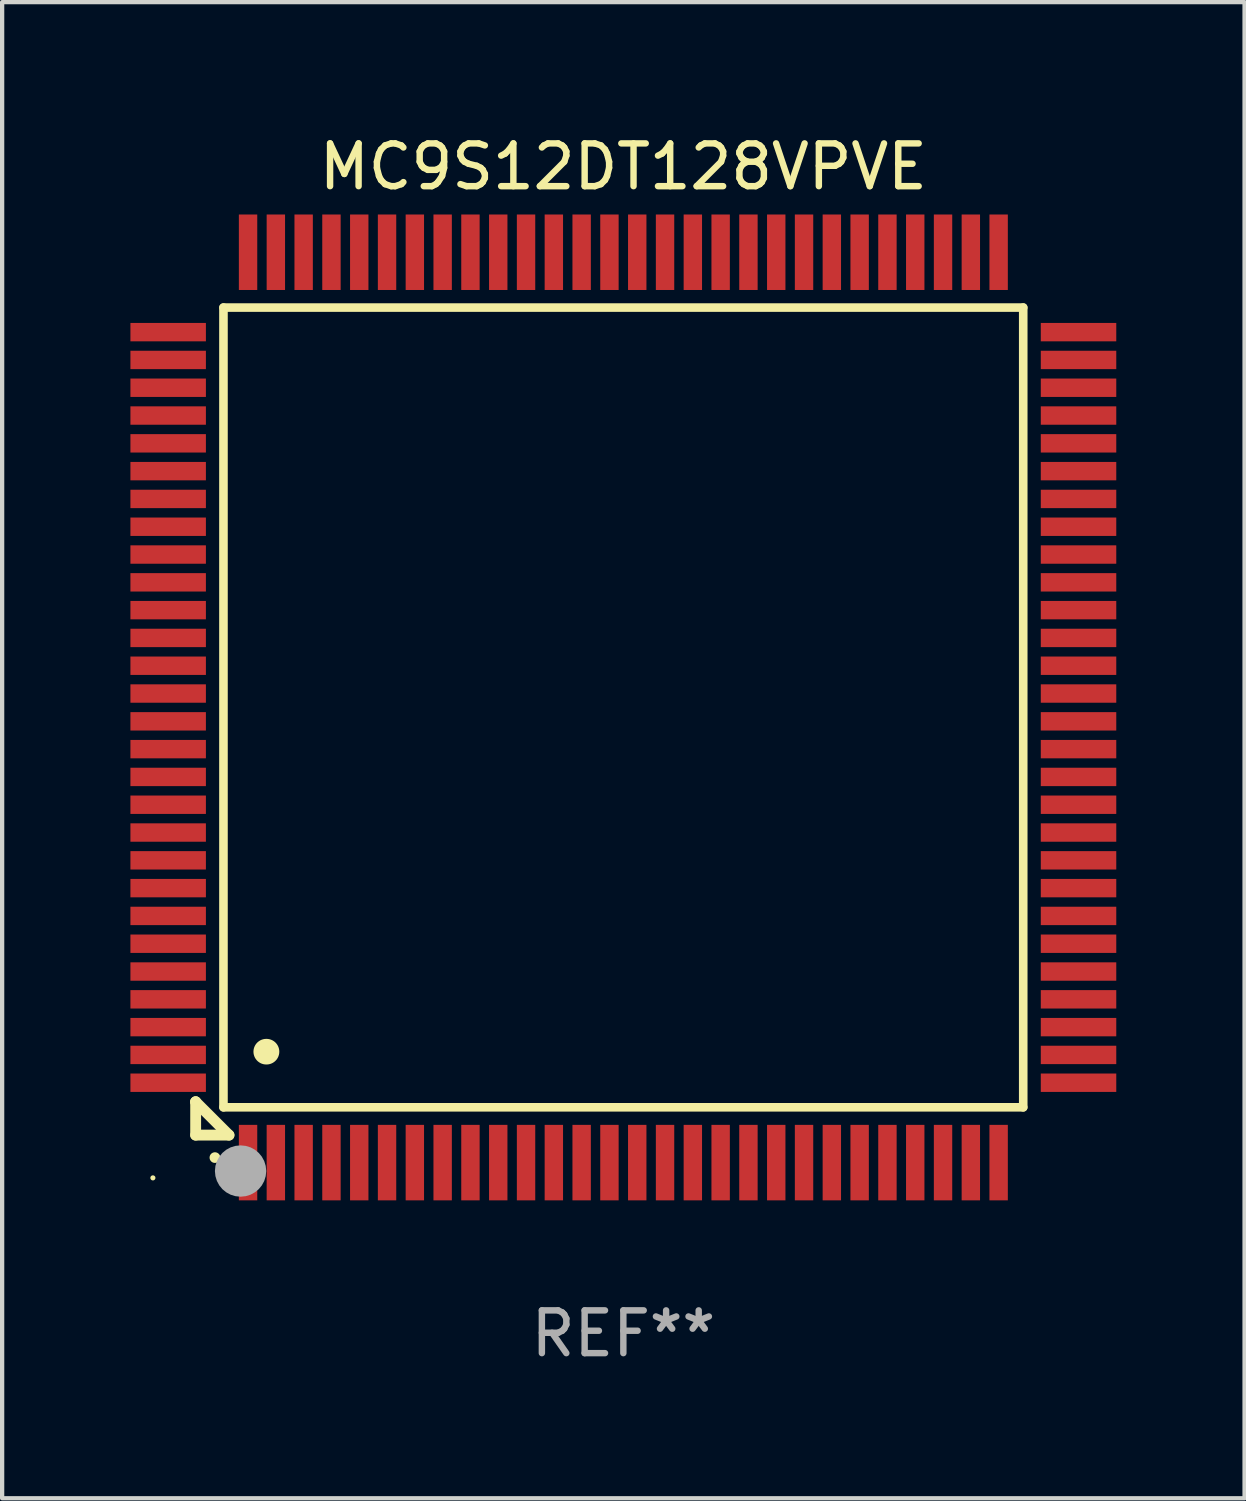
<source format=kicad_pcb>
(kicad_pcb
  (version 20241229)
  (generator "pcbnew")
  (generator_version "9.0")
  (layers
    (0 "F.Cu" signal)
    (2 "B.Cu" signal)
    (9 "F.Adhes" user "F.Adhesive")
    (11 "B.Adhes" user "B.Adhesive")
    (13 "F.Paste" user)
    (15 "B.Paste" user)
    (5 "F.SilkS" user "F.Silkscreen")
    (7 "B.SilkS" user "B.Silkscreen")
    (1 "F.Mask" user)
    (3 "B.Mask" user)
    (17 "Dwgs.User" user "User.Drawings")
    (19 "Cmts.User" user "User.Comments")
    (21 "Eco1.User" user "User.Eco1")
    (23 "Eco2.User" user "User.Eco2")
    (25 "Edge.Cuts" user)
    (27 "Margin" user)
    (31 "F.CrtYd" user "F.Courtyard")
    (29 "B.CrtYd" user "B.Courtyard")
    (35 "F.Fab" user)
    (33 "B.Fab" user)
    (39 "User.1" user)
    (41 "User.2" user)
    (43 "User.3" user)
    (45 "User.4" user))
  (footprint "MC9S12DT128VPVE"
    (layer "F.Cu")
    (at 11.525 13.491)
    (property "Reference" "MC9S12DT128VPVE" (at 0 -12.643 0) (layer "F.SilkS") (effects (font (size 1 1) (thickness 0.15))))
    (attr through_hole)
    (fp_line (start -10 9.221) (end -10 9.221) (stroke (width 0.254) (type solid)) (layer "F.SilkS"))
    (fp_line (start -10 9.221) (end -10 10) (stroke (width 0.254) (type solid)) (layer "F.SilkS"))
    (fp_line (start -10 9.221) (end -9.221 10) (stroke (width 0.254) (type solid)) (layer "F.SilkS"))
    (fp_line (start -10 10) (end -9.221 10) (stroke (width 0.254) (type solid)) (layer "F.SilkS"))
    (fp_line (start -9.35 -9.35) (end -9.35 9.35) (stroke (width 0.201) (type solid)) (layer "F.SilkS"))
    (fp_line (start -9.35 9.35) (end 9.35 9.35) (stroke (width 0.201) (type solid)) (layer "F.SilkS"))
    (fp_line (start 9.35 -9.35) (end -9.35 -9.35) (stroke (width 0.201) (type solid)) (layer "F.SilkS"))
    (fp_line (start 9.35 9.35) (end 9.35 -9.35) (stroke (width 0.201) (type solid)) (layer "F.SilkS"))
    (fp_arc (start -9.550546 10.525832) (mid -9.549276 10.525826) (end -9.548006 10.525832) (stroke (width 0.24892) (type solid)) (layer "F.SilkS"))
    (fp_arc (start -8.349124 8.049327) (mid -8.346584 8.049316) (end -8.344044 8.049327) (stroke (width 0.599441) (type solid)) (layer "F.SilkS"))
    (fp_circle (center -11 11) (end -10.97 11) (stroke (width 0.06) (type solid)) (fill no) (layer "F.SilkS"))
    (fp_circle (center -8.95 10.84) (end -8.65 10.84) (stroke (width 0.6) (type solid)) (fill no) (layer "F.Fab"))
    (fp_text user "REF**" (at 0 14.643 0) (layer "F.Fab") (effects (font (size 1 1) (thickness 0.15))))
    (pad "1" smd rect (at -8.775 10.643) (size 0.43 1.765) (layers "F.Cu" "F.Mask" "F.Paste"))
    (pad "2" smd rect (at -8.125 10.643) (size 0.43 1.765) (layers "F.Cu" "F.Mask" "F.Paste"))
    (pad "3" smd rect (at -7.475 10.643) (size 0.43 1.765) (layers "F.Cu" "F.Mask" "F.Paste"))
    (pad "4" smd rect (at -6.825 10.643) (size 0.43 1.765) (layers "F.Cu" "F.Mask" "F.Paste"))
    (pad "5" smd rect (at -6.175 10.643) (size 0.43 1.765) (layers "F.Cu" "F.Mask" "F.Paste"))
    (pad "6" smd rect (at -5.525 10.643) (size 0.43 1.765) (layers "F.Cu" "F.Mask" "F.Paste"))
    (pad "7" smd rect (at -4.875 10.643) (size 0.43 1.765) (layers "F.Cu" "F.Mask" "F.Paste"))
    (pad "8" smd rect (at -4.225 10.643) (size 0.43 1.765) (layers "F.Cu" "F.Mask" "F.Paste"))
    (pad "9" smd rect (at -3.575 10.643) (size 0.43 1.765) (layers "F.Cu" "F.Mask" "F.Paste"))
    (pad "10" smd rect (at -2.925 10.643) (size 0.43 1.765) (layers "F.Cu" "F.Mask" "F.Paste"))
    (pad "11" smd rect (at -2.275 10.643) (size 0.43 1.765) (layers "F.Cu" "F.Mask" "F.Paste"))
    (pad "12" smd rect (at -1.625 10.643) (size 0.43 1.765) (layers "F.Cu" "F.Mask" "F.Paste"))
    (pad "13" smd rect (at -0.975 10.643) (size 0.43 1.765) (layers "F.Cu" "F.Mask" "F.Paste"))
    (pad "14" smd rect (at -0.325 10.643) (size 0.43 1.765) (layers "F.Cu" "F.Mask" "F.Paste"))
    (pad "15" smd rect (at 0.325 10.643) (size 0.43 1.765) (layers "F.Cu" "F.Mask" "F.Paste"))
    (pad "16" smd rect (at 0.975 10.643) (size 0.43 1.765) (layers "F.Cu" "F.Mask" "F.Paste"))
    (pad "17" smd rect (at 1.625 10.643) (size 0.43 1.765) (layers "F.Cu" "F.Mask" "F.Paste"))
    (pad "18" smd rect (at 2.275 10.643) (size 0.43 1.765) (layers "F.Cu" "F.Mask" "F.Paste"))
    (pad "19" smd rect (at 2.925 10.643) (size 0.43 1.765) (layers "F.Cu" "F.Mask" "F.Paste"))
    (pad "20" smd rect (at 3.575 10.643) (size 0.43 1.765) (layers "F.Cu" "F.Mask" "F.Paste"))
    (pad "21" smd rect (at 4.225 10.643) (size 0.43 1.765) (layers "F.Cu" "F.Mask" "F.Paste"))
    (pad "22" smd rect (at 4.875 10.643) (size 0.43 1.765) (layers "F.Cu" "F.Mask" "F.Paste"))
    (pad "23" smd rect (at 5.525 10.643) (size 0.43 1.765) (layers "F.Cu" "F.Mask" "F.Paste"))
    (pad "24" smd rect (at 6.175 10.643) (size 0.43 1.765) (layers "F.Cu" "F.Mask" "F.Paste"))
    (pad "25" smd rect (at 6.825 10.643) (size 0.43 1.765) (layers "F.Cu" "F.Mask" "F.Paste"))
    (pad "26" smd rect (at 7.475 10.643) (size 0.43 1.765) (layers "F.Cu" "F.Mask" "F.Paste"))
    (pad "27" smd rect (at 8.125 10.643) (size 0.43 1.765) (layers "F.Cu" "F.Mask" "F.Paste"))
    (pad "28" smd rect (at 8.775 10.643) (size 0.43 1.765) (layers "F.Cu" "F.Mask" "F.Paste"))
    (pad "29" smd rect (at 10.643 8.775) (size 1.765 0.43) (layers "F.Cu" "F.Mask" "F.Paste"))
    (pad "30" smd rect (at 10.643 8.125) (size 1.765 0.43) (layers "F.Cu" "F.Mask" "F.Paste"))
    (pad "31" smd rect (at 10.643 7.475) (size 1.765 0.43) (layers "F.Cu" "F.Mask" "F.Paste"))
    (pad "32" smd rect (at 10.643 6.825) (size 1.765 0.43) (layers "F.Cu" "F.Mask" "F.Paste"))
    (pad "33" smd rect (at 10.643 6.175) (size 1.765 0.43) (layers "F.Cu" "F.Mask" "F.Paste"))
    (pad "34" smd rect (at 10.643 5.525) (size 1.765 0.43) (layers "F.Cu" "F.Mask" "F.Paste"))
    (pad "35" smd rect (at 10.643 4.875) (size 1.765 0.43) (layers "F.Cu" "F.Mask" "F.Paste"))
    (pad "36" smd rect (at 10.643 4.225) (size 1.765 0.43) (layers "F.Cu" "F.Mask" "F.Paste"))
    (pad "37" smd rect (at 10.643 3.575) (size 1.765 0.43) (layers "F.Cu" "F.Mask" "F.Paste"))
    (pad "38" smd rect (at 10.643 2.925) (size 1.765 0.43) (layers "F.Cu" "F.Mask" "F.Paste"))
    (pad "39" smd rect (at 10.643 2.275) (size 1.765 0.43) (layers "F.Cu" "F.Mask" "F.Paste"))
    (pad "40" smd rect (at 10.643 1.625) (size 1.765 0.43) (layers "F.Cu" "F.Mask" "F.Paste"))
    (pad "41" smd rect (at 10.643 0.975) (size 1.765 0.43) (layers "F.Cu" "F.Mask" "F.Paste"))
    (pad "42" smd rect (at 10.643 0.325) (size 1.765 0.43) (layers "F.Cu" "F.Mask" "F.Paste"))
    (pad "43" smd rect (at 10.643 -0.325) (size 1.765 0.43) (layers "F.Cu" "F.Mask" "F.Paste"))
    (pad "44" smd rect (at 10.643 -0.975) (size 1.765 0.43) (layers "F.Cu" "F.Mask" "F.Paste"))
    (pad "45" smd rect (at 10.643 -1.625) (size 1.765 0.43) (layers "F.Cu" "F.Mask" "F.Paste"))
    (pad "46" smd rect (at 10.643 -2.275) (size 1.765 0.43) (layers "F.Cu" "F.Mask" "F.Paste"))
    (pad "47" smd rect (at 10.643 -2.925) (size 1.765 0.43) (layers "F.Cu" "F.Mask" "F.Paste"))
    (pad "48" smd rect (at 10.643 -3.575) (size 1.765 0.43) (layers "F.Cu" "F.Mask" "F.Paste"))
    (pad "49" smd rect (at 10.643 -4.225) (size 1.765 0.43) (layers "F.Cu" "F.Mask" "F.Paste"))
    (pad "50" smd rect (at 10.643 -4.875) (size 1.765 0.43) (layers "F.Cu" "F.Mask" "F.Paste"))
    (pad "51" smd rect (at 10.643 -5.525) (size 1.765 0.43) (layers "F.Cu" "F.Mask" "F.Paste"))
    (pad "52" smd rect (at 10.643 -6.175) (size 1.765 0.43) (layers "F.Cu" "F.Mask" "F.Paste"))
    (pad "53" smd rect (at 10.643 -6.825) (size 1.765 0.43) (layers "F.Cu" "F.Mask" "F.Paste"))
    (pad "54" smd rect (at 10.643 -7.475) (size 1.765 0.43) (layers "F.Cu" "F.Mask" "F.Paste"))
    (pad "55" smd rect (at 10.643 -8.125) (size 1.765 0.43) (layers "F.Cu" "F.Mask" "F.Paste"))
    (pad "56" smd rect (at 10.643 -8.775) (size 1.765 0.43) (layers "F.Cu" "F.Mask" "F.Paste"))
    (pad "57" smd rect (at 8.775 -10.643) (size 0.43 1.765) (layers "F.Cu" "F.Mask" "F.Paste"))
    (pad "58" smd rect (at 8.125 -10.643) (size 0.43 1.765) (layers "F.Cu" "F.Mask" "F.Paste"))
    (pad "59" smd rect (at 7.475 -10.643) (size 0.43 1.765) (layers "F.Cu" "F.Mask" "F.Paste"))
    (pad "60" smd rect (at 6.825 -10.643) (size 0.43 1.765) (layers "F.Cu" "F.Mask" "F.Paste"))
    (pad "61" smd rect (at 6.175 -10.643) (size 0.43 1.765) (layers "F.Cu" "F.Mask" "F.Paste"))
    (pad "62" smd rect (at 5.525 -10.643) (size 0.43 1.765) (layers "F.Cu" "F.Mask" "F.Paste"))
    (pad "63" smd rect (at 4.875 -10.643) (size 0.43 1.765) (layers "F.Cu" "F.Mask" "F.Paste"))
    (pad "64" smd rect (at 4.225 -10.643) (size 0.43 1.765) (layers "F.Cu" "F.Mask" "F.Paste"))
    (pad "65" smd rect (at 3.575 -10.643) (size 0.43 1.765) (layers "F.Cu" "F.Mask" "F.Paste"))
    (pad "66" smd rect (at 2.925 -10.643) (size 0.43 1.765) (layers "F.Cu" "F.Mask" "F.Paste"))
    (pad "67" smd rect (at 2.275 -10.643) (size 0.43 1.765) (layers "F.Cu" "F.Mask" "F.Paste"))
    (pad "68" smd rect (at 1.625 -10.643) (size 0.43 1.765) (layers "F.Cu" "F.Mask" "F.Paste"))
    (pad "69" smd rect (at 0.975 -10.643) (size 0.43 1.765) (layers "F.Cu" "F.Mask" "F.Paste"))
    (pad "70" smd rect (at 0.325 -10.643) (size 0.43 1.765) (layers "F.Cu" "F.Mask" "F.Paste"))
    (pad "71" smd rect (at -0.325 -10.643) (size 0.43 1.765) (layers "F.Cu" "F.Mask" "F.Paste"))
    (pad "72" smd rect (at -0.975 -10.643) (size 0.43 1.765) (layers "F.Cu" "F.Mask" "F.Paste"))
    (pad "73" smd rect (at -1.625 -10.643) (size 0.43 1.765) (layers "F.Cu" "F.Mask" "F.Paste"))
    (pad "74" smd rect (at -2.275 -10.643) (size 0.43 1.765) (layers "F.Cu" "F.Mask" "F.Paste"))
    (pad "75" smd rect (at -2.925 -10.643) (size 0.43 1.765) (layers "F.Cu" "F.Mask" "F.Paste"))
    (pad "76" smd rect (at -3.575 -10.643) (size 0.43 1.765) (layers "F.Cu" "F.Mask" "F.Paste"))
    (pad "77" smd rect (at -4.225 -10.643) (size 0.43 1.765) (layers "F.Cu" "F.Mask" "F.Paste"))
    (pad "78" smd rect (at -4.875 -10.643) (size 0.43 1.765) (layers "F.Cu" "F.Mask" "F.Paste"))
    (pad "79" smd rect (at -5.525 -10.643) (size 0.43 1.765) (layers "F.Cu" "F.Mask" "F.Paste"))
    (pad "80" smd rect (at -6.175 -10.643) (size 0.43 1.765) (layers "F.Cu" "F.Mask" "F.Paste"))
    (pad "81" smd rect (at -6.825 -10.643) (size 0.43 1.765) (layers "F.Cu" "F.Mask" "F.Paste"))
    (pad "82" smd rect (at -7.475 -10.643) (size 0.43 1.765) (layers "F.Cu" "F.Mask" "F.Paste"))
    (pad "83" smd rect (at -8.125 -10.643) (size 0.43 1.765) (layers "F.Cu" "F.Mask" "F.Paste"))
    (pad "84" smd rect (at -8.775 -10.643) (size 0.43 1.765) (layers "F.Cu" "F.Mask" "F.Paste"))
    (pad "85" smd rect (at -10.643 -8.775) (size 1.765 0.43) (layers "F.Cu" "F.Mask" "F.Paste"))
    (pad "86" smd rect (at -10.643 -8.125) (size 1.765 0.43) (layers "F.Cu" "F.Mask" "F.Paste"))
    (pad "87" smd rect (at -10.643 -7.475) (size 1.765 0.43) (layers "F.Cu" "F.Mask" "F.Paste"))
    (pad "88" smd rect (at -10.643 -6.825) (size 1.765 0.43) (layers "F.Cu" "F.Mask" "F.Paste"))
    (pad "89" smd rect (at -10.643 -6.175) (size 1.765 0.43) (layers "F.Cu" "F.Mask" "F.Paste"))
    (pad "90" smd rect (at -10.643 -5.525) (size 1.765 0.43) (layers "F.Cu" "F.Mask" "F.Paste"))
    (pad "91" smd rect (at -10.643 -4.875) (size 1.765 0.43) (layers "F.Cu" "F.Mask" "F.Paste"))
    (pad "92" smd rect (at -10.643 -4.225) (size 1.765 0.43) (layers "F.Cu" "F.Mask" "F.Paste"))
    (pad "93" smd rect (at -10.643 -3.575) (size 1.765 0.43) (layers "F.Cu" "F.Mask" "F.Paste"))
    (pad "94" smd rect (at -10.643 -2.925) (size 1.765 0.43) (layers "F.Cu" "F.Mask" "F.Paste"))
    (pad "95" smd rect (at -10.643 -2.275) (size 1.765 0.43) (layers "F.Cu" "F.Mask" "F.Paste"))
    (pad "96" smd rect (at -10.643 -1.625) (size 1.765 0.43) (layers "F.Cu" "F.Mask" "F.Paste"))
    (pad "97" smd rect (at -10.643 -0.975) (size 1.765 0.43) (layers "F.Cu" "F.Mask" "F.Paste"))
    (pad "98" smd rect (at -10.643 -0.325) (size 1.765 0.43) (layers "F.Cu" "F.Mask" "F.Paste"))
    (pad "99" smd rect (at -10.643 0.325) (size 1.765 0.43) (layers "F.Cu" "F.Mask" "F.Paste"))
    (pad "100" smd rect (at -10.643 0.975) (size 1.765 0.43) (layers "F.Cu" "F.Mask" "F.Paste"))
    (pad "101" smd rect (at -10.643 1.625) (size 1.765 0.43) (layers "F.Cu" "F.Mask" "F.Paste"))
    (pad "102" smd rect (at -10.643 2.275) (size 1.765 0.43) (layers "F.Cu" "F.Mask" "F.Paste"))
    (pad "103" smd rect (at -10.643 2.925) (size 1.765 0.43) (layers "F.Cu" "F.Mask" "F.Paste"))
    (pad "104" smd rect (at -10.643 3.575) (size 1.765 0.43) (layers "F.Cu" "F.Mask" "F.Paste"))
    (pad "105" smd rect (at -10.643 4.225) (size 1.765 0.43) (layers "F.Cu" "F.Mask" "F.Paste"))
    (pad "106" smd rect (at -10.643 4.875) (size 1.765 0.43) (layers "F.Cu" "F.Mask" "F.Paste"))
    (pad "107" smd rect (at -10.643 5.525) (size 1.765 0.43) (layers "F.Cu" "F.Mask" "F.Paste"))
    (pad "108" smd rect (at -10.643 6.175) (size 1.765 0.43) (layers "F.Cu" "F.Mask" "F.Paste"))
    (pad "109" smd rect (at -10.643 6.825) (size 1.765 0.43) (layers "F.Cu" "F.Mask" "F.Paste"))
    (pad "110" smd rect (at -10.643 7.475) (size 1.765 0.43) (layers "F.Cu" "F.Mask" "F.Paste"))
    (pad "111" smd rect (at -10.643 8.125) (size 1.765 0.43) (layers "F.Cu" "F.Mask" "F.Paste"))
    (pad "112" smd rect (at -10.643 8.775) (size 1.765 0.43) (layers "F.Cu" "F.Mask" "F.Paste")))
  (gr_rect
    (start -3 -3)
    (end 26.05 31.982)
    (stroke (width 0.1) (type default))
    (fill no)
    (layer "Edge.Cuts")))
</source>
